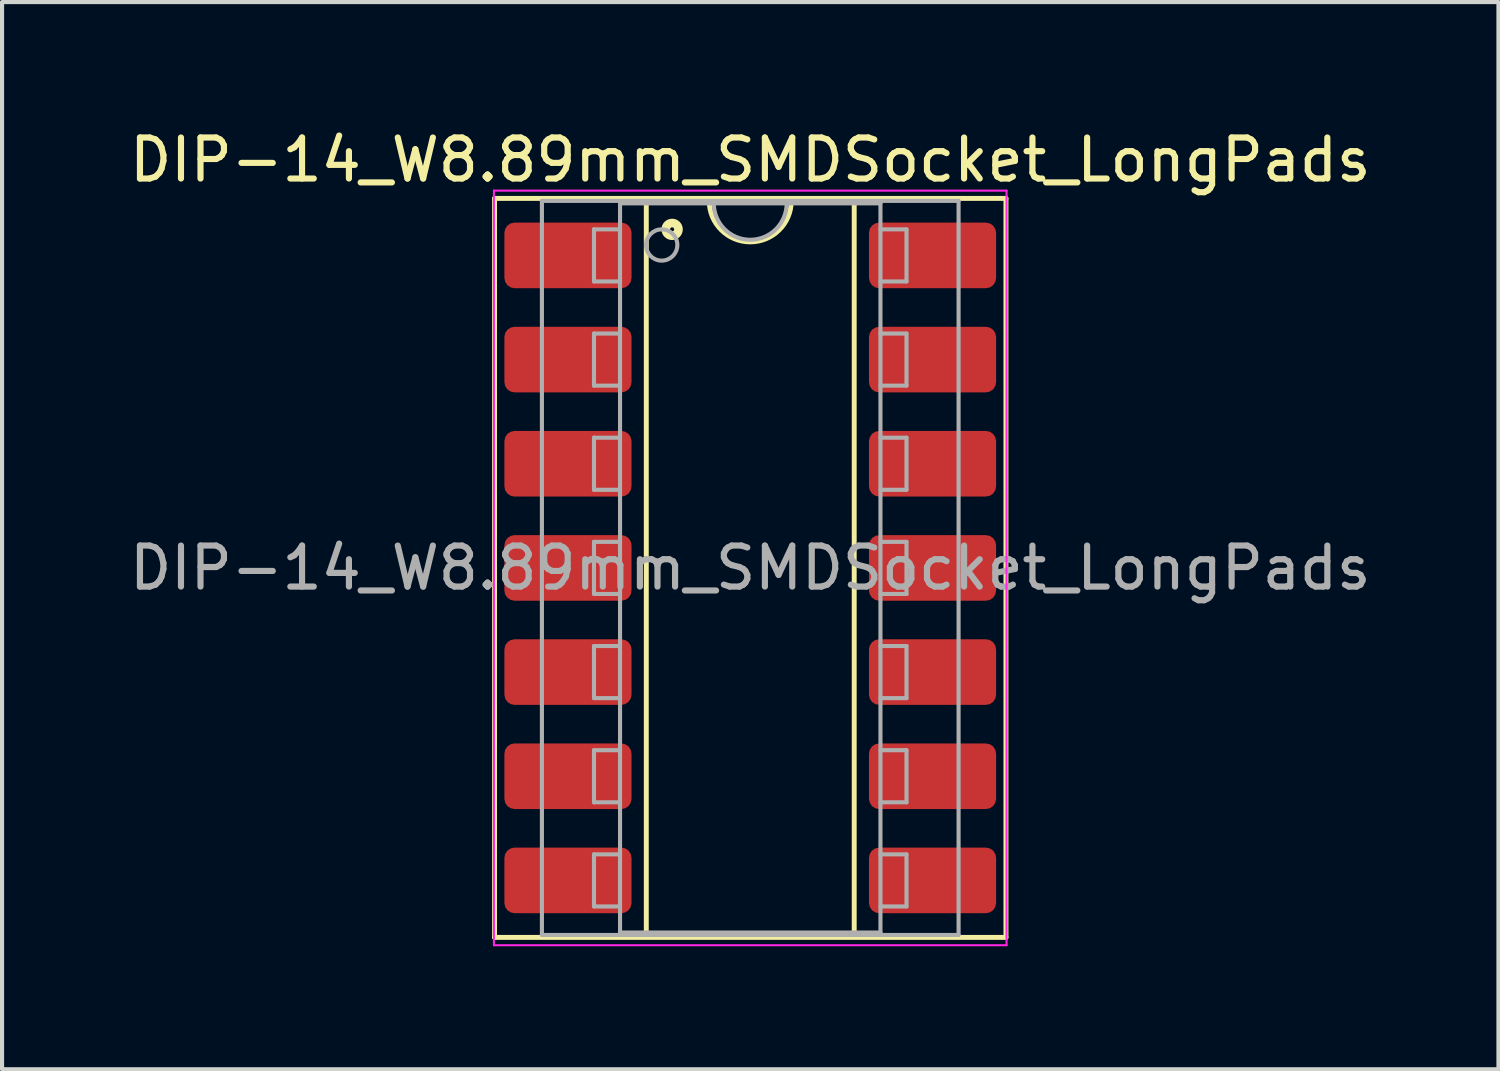
<source format=kicad_pcb>
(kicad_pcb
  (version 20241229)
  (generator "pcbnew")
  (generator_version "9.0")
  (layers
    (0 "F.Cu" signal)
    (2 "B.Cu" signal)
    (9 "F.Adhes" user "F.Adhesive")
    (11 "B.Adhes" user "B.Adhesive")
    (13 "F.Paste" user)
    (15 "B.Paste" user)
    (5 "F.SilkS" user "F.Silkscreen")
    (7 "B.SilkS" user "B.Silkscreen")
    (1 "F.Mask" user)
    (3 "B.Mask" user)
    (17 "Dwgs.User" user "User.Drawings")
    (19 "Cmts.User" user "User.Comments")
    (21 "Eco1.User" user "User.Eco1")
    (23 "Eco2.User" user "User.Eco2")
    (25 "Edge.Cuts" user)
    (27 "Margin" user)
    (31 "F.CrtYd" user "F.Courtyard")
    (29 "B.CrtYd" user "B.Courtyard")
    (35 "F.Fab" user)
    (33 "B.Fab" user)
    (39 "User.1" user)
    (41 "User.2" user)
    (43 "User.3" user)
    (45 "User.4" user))
  (footprint "DIP-14_W8.89mm_SMDSocket_LongPads"
    (layer "F.Cu")
    (at 15.244 10.798)
    (property "Reference" "DIP-14_W8.89mm_SMDSocket_LongPads" (at 0 -9.95 0) (layer "F.SilkS") (effects (font (size 1 1) (thickness 0.15))))
    (attr smd)
    (fp_line (start -6.235 -9.01) (end -6.235 9.01) (stroke (width 0.12) (type solid)) (layer "F.SilkS"))
    (fp_line (start -6.235 9.01) (end 6.235 9.01) (stroke (width 0.12) (type solid)) (layer "F.SilkS"))
    (fp_line (start -2.535 -8.95) (end -2.535 8.95) (stroke (width 0.12) (type solid)) (layer "F.SilkS"))
    (fp_line (start -2.535 8.95) (end 2.535 8.95) (stroke (width 0.12) (type solid)) (layer "F.SilkS"))
    (fp_line (start -1 -8.95) (end -2.535 -8.95) (stroke (width 0.12) (type solid)) (layer "F.SilkS"))
    (fp_line (start 2.535 -8.95) (end 1 -8.95) (stroke (width 0.12) (type solid)) (layer "F.SilkS"))
    (fp_line (start 2.535 8.95) (end 2.535 -8.95) (stroke (width 0.12) (type solid)) (layer "F.SilkS"))
    (fp_line (start 6.235 -9.01) (end -6.235 -9.01) (stroke (width 0.12) (type solid)) (layer "F.SilkS"))
    (fp_line (start 6.235 9.01) (end 6.235 -9.01) (stroke (width 0.12) (type solid)) (layer "F.SilkS"))
    (fp_arc (start 1 -8.95) (mid 0 -7.95) (end -1 -8.95) (stroke (width 0.12) (type solid)) (layer "F.SilkS"))
    (fp_circle (center -1.905 -8.255) (end -1.855 -8.255) (stroke (width 0.12) (type solid)) (fill no) (layer "F.SilkS"))
    (fp_circle (center -1.905 -8.255) (end -1.78 -8.255) (stroke (width 0.12) (type solid)) (fill no) (layer "F.SilkS"))
    (fp_circle (center -1.905 -8.255) (end -1.705 -8.255) (stroke (width 0.12) (type solid)) (fill no) (layer "F.SilkS"))
    (fp_line (start -6.25 -9.2) (end -6.25 9.2) (stroke (width 0.05) (type solid)) (layer "F.CrtYd"))
    (fp_line (start -6.25 9.2) (end 6.25 9.2) (stroke (width 0.05) (type solid)) (layer "F.CrtYd"))
    (fp_line (start 6.25 -9.2) (end -6.25 -9.2) (stroke (width 0.05) (type solid)) (layer "F.CrtYd"))
    (fp_line (start 6.25 9.2) (end 6.25 -9.2) (stroke (width 0.05) (type solid)) (layer "F.CrtYd"))
    (fp_line (start -5.08 -8.95) (end -5.08 8.95) (stroke (width 0.1) (type solid)) (layer "F.Fab"))
    (fp_line (start -5.08 8.95) (end 5.08 8.95) (stroke (width 0.1) (type solid)) (layer "F.Fab"))
    (fp_line (start -3.81 -8.255) (end -3.81 -6.985) (stroke (width 0.1) (type solid)) (layer "F.Fab"))
    (fp_line (start -3.81 -8.255) (end -3.175 -8.255) (stroke (width 0.1) (type solid)) (layer "F.Fab"))
    (fp_line (start -3.81 -6.985) (end -3.175 -6.985) (stroke (width 0.1) (type solid)) (layer "F.Fab"))
    (fp_line (start -3.81 -5.715) (end -3.81 -4.445) (stroke (width 0.1) (type solid)) (layer "F.Fab"))
    (fp_line (start -3.81 -5.715) (end -3.175 -5.715) (stroke (width 0.1) (type solid)) (layer "F.Fab"))
    (fp_line (start -3.81 -4.445) (end -3.175 -4.445) (stroke (width 0.1) (type solid)) (layer "F.Fab"))
    (fp_line (start -3.81 -3.175) (end -3.81 -1.905) (stroke (width 0.1) (type solid)) (layer "F.Fab"))
    (fp_line (start -3.81 -3.175) (end -3.175 -3.175) (stroke (width 0.1) (type solid)) (layer "F.Fab"))
    (fp_line (start -3.81 -1.905) (end -3.175 -1.905) (stroke (width 0.1) (type solid)) (layer "F.Fab"))
    (fp_line (start -3.81 -0.635) (end -3.81 0.635) (stroke (width 0.1) (type solid)) (layer "F.Fab"))
    (fp_line (start -3.81 -0.635) (end -3.175 -0.635) (stroke (width 0.1) (type solid)) (layer "F.Fab"))
    (fp_line (start -3.81 0.635) (end -3.175 0.635) (stroke (width 0.1) (type solid)) (layer "F.Fab"))
    (fp_line (start -3.81 1.905) (end -3.81 3.175) (stroke (width 0.1) (type solid)) (layer "F.Fab"))
    (fp_line (start -3.81 1.905) (end -3.175 1.905) (stroke (width 0.1) (type solid)) (layer "F.Fab"))
    (fp_line (start -3.81 3.175) (end -3.175 3.175) (stroke (width 0.1) (type solid)) (layer "F.Fab"))
    (fp_line (start -3.81 4.445) (end -3.81 5.715) (stroke (width 0.1) (type solid)) (layer "F.Fab"))
    (fp_line (start -3.81 4.445) (end -3.175 4.445) (stroke (width 0.1) (type solid)) (layer "F.Fab"))
    (fp_line (start -3.81 5.715) (end -3.175 5.715) (stroke (width 0.1) (type solid)) (layer "F.Fab"))
    (fp_line (start -3.81 6.985) (end -3.81 8.255) (stroke (width 0.1) (type solid)) (layer "F.Fab"))
    (fp_line (start -3.81 6.985) (end -3.175 6.985) (stroke (width 0.1) (type solid)) (layer "F.Fab"))
    (fp_line (start -3.81 8.255) (end -3.175 8.255) (stroke (width 0.1) (type solid)) (layer "F.Fab"))
    (fp_line (start -3.175 -8.89) (end 3.175 -8.89) (stroke (width 0.1) (type solid)) (layer "F.Fab"))
    (fp_line (start -3.175 8.89) (end -3.175 -8.89) (stroke (width 0.1) (type solid)) (layer "F.Fab"))
    (fp_line (start 3.175 -8.89) (end 3.175 8.89) (stroke (width 0.1) (type solid)) (layer "F.Fab"))
    (fp_line (start 3.175 8.89) (end -3.175 8.89) (stroke (width 0.1) (type solid)) (layer "F.Fab"))
    (fp_line (start 3.81 -8.255) (end 3.175 -8.255) (stroke (width 0.1) (type solid)) (layer "F.Fab"))
    (fp_line (start 3.81 -6.985) (end 3.175 -6.985) (stroke (width 0.1) (type solid)) (layer "F.Fab"))
    (fp_line (start 3.81 -6.985) (end 3.81 -8.255) (stroke (width 0.1) (type solid)) (layer "F.Fab"))
    (fp_line (start 3.81 -5.715) (end 3.175 -5.715) (stroke (width 0.1) (type solid)) (layer "F.Fab"))
    (fp_line (start 3.81 -4.445) (end 3.175 -4.445) (stroke (width 0.1) (type solid)) (layer "F.Fab"))
    (fp_line (start 3.81 -4.445) (end 3.81 -5.715) (stroke (width 0.1) (type solid)) (layer "F.Fab"))
    (fp_line (start 3.81 -3.175) (end 3.175 -3.175) (stroke (width 0.1) (type solid)) (layer "F.Fab"))
    (fp_line (start 3.81 -1.905) (end 3.175 -1.905) (stroke (width 0.1) (type solid)) (layer "F.Fab"))
    (fp_line (start 3.81 -1.905) (end 3.81 -3.175) (stroke (width 0.1) (type solid)) (layer "F.Fab"))
    (fp_line (start 3.81 -0.635) (end 3.175 -0.635) (stroke (width 0.1) (type solid)) (layer "F.Fab"))
    (fp_line (start 3.81 0.635) (end 3.175 0.635) (stroke (width 0.1) (type solid)) (layer "F.Fab"))
    (fp_line (start 3.81 0.635) (end 3.81 -0.635) (stroke (width 0.1) (type solid)) (layer "F.Fab"))
    (fp_line (start 3.81 1.905) (end 3.175 1.905) (stroke (width 0.1) (type solid)) (layer "F.Fab"))
    (fp_line (start 3.81 3.175) (end 3.175 3.175) (stroke (width 0.1) (type solid)) (layer "F.Fab"))
    (fp_line (start 3.81 3.175) (end 3.81 1.905) (stroke (width 0.1) (type solid)) (layer "F.Fab"))
    (fp_line (start 3.81 4.445) (end 3.175 4.445) (stroke (width 0.1) (type solid)) (layer "F.Fab"))
    (fp_line (start 3.81 5.715) (end 3.175 5.715) (stroke (width 0.1) (type solid)) (layer "F.Fab"))
    (fp_line (start 3.81 5.715) (end 3.81 4.445) (stroke (width 0.1) (type solid)) (layer "F.Fab"))
    (fp_line (start 3.81 6.985) (end 3.175 6.985) (stroke (width 0.1) (type solid)) (layer "F.Fab"))
    (fp_line (start 3.81 8.255) (end 3.175 8.255) (stroke (width 0.1) (type solid)) (layer "F.Fab"))
    (fp_line (start 3.81 8.255) (end 3.81 6.985) (stroke (width 0.1) (type solid)) (layer "F.Fab"))
    (fp_line (start 5.08 -8.95) (end -5.08 -8.95) (stroke (width 0.1) (type solid)) (layer "F.Fab"))
    (fp_line (start 5.08 8.95) (end 5.08 -8.95) (stroke (width 0.1) (type solid)) (layer "F.Fab"))
    (fp_arc (start 0.889 -8.89) (mid 0 -8.001) (end -0.889 -8.89) (stroke (width 0.1) (type solid)) (layer "F.Fab"))
    (fp_circle (center -2.159 -7.874) (end -1.778 -7.874) (stroke (width 0.1) (type solid)) (fill no) (layer "F.Fab"))
    (fp_text user "${REFERENCE}" (at 0 0 0) (layer "F.Fab") (effects (font (size 1 1) (thickness 0.15))))
    (pad "1" smd roundrect (at -4.445 -7.62) (size 3.1 1.6) (layers "F.Cu" "F.Mask" "F.Paste") (roundrect_rratio 0.156))
    (pad "2" smd roundrect (at -4.445 -5.08) (size 3.1 1.6) (layers "F.Cu" "F.Mask" "F.Paste") (roundrect_rratio 0.156))
    (pad "3" smd roundrect (at -4.445 -2.54) (size 3.1 1.6) (layers "F.Cu" "F.Mask" "F.Paste") (roundrect_rratio 0.156))
    (pad "4" smd roundrect (at -4.445 0) (size 3.1 1.6) (layers "F.Cu" "F.Mask" "F.Paste") (roundrect_rratio 0.156))
    (pad "5" smd roundrect (at -4.445 2.54) (size 3.1 1.6) (layers "F.Cu" "F.Mask" "F.Paste") (roundrect_rratio 0.156))
    (pad "6" smd roundrect (at -4.445 5.08) (size 3.1 1.6) (layers "F.Cu" "F.Mask" "F.Paste") (roundrect_rratio 0.156))
    (pad "7" smd roundrect (at -4.445 7.62) (size 3.1 1.6) (layers "F.Cu" "F.Mask" "F.Paste") (roundrect_rratio 0.156))
    (pad "8" smd roundrect (at 4.445 7.62) (size 3.1 1.6) (layers "F.Cu" "F.Mask" "F.Paste") (roundrect_rratio 0.156))
    (pad "9" smd roundrect (at 4.445 5.08) (size 3.1 1.6) (layers "F.Cu" "F.Mask" "F.Paste") (roundrect_rratio 0.156))
    (pad "10" smd roundrect (at 4.445 2.54) (size 3.1 1.6) (layers "F.Cu" "F.Mask" "F.Paste") (roundrect_rratio 0.156))
    (pad "11" smd roundrect (at 4.445 0) (size 3.1 1.6) (layers "F.Cu" "F.Mask" "F.Paste") (roundrect_rratio 0.156))
    (pad "12" smd roundrect (at 4.445 -2.54) (size 3.1 1.6) (layers "F.Cu" "F.Mask" "F.Paste") (roundrect_rratio 0.156))
    (pad "13" smd roundrect (at 4.445 -5.08) (size 3.1 1.6) (layers "F.Cu" "F.Mask" "F.Paste") (roundrect_rratio 0.156))
    (pad "14" smd roundrect (at 4.445 -7.62) (size 3.1 1.6) (layers "F.Cu" "F.Mask" "F.Paste") (roundrect_rratio 0.156)))
  (gr_rect
    (start -3 -3)
    (end 33.488 23.023)
    (stroke (width 0.1) (type default))
    (fill no)
    (layer "Edge.Cuts")))
</source>
